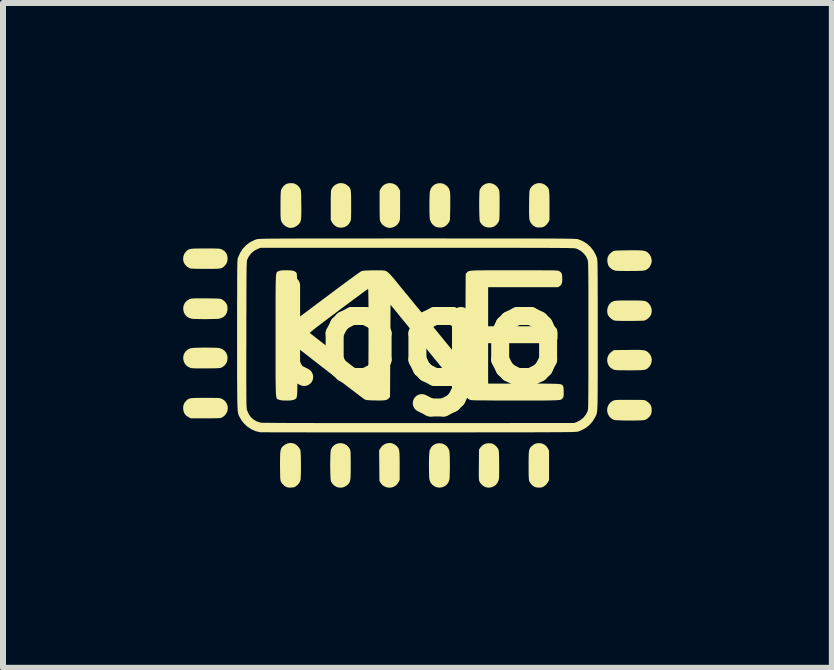
<source format=kicad_pcb>
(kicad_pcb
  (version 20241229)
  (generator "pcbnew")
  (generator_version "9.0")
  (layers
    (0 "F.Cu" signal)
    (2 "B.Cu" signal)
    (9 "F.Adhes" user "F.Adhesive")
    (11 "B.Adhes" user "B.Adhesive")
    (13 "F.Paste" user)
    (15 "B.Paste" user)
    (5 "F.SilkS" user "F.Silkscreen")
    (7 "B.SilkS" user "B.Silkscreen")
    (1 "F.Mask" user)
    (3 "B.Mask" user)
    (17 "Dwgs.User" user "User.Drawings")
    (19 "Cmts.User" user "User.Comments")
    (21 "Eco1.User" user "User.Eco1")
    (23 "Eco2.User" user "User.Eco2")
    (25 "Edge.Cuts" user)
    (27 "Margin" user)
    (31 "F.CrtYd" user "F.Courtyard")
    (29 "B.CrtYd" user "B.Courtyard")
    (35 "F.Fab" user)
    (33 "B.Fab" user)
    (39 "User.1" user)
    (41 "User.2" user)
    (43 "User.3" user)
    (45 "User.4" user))
  (footprint "logo"
    (layer "F.Cu")
    (at 3.904 2.541)
    (property "Reference" "logo" (at 0 0 0) (layer "F.SilkS") (effects (font (size 1.524 1.524) (thickness 0.3))))
    (attr board_only exclude_from_pos_files exclude_from_bom)
    (fp_poly (pts (xy -0.435 1.791) (xy -0.39 1.807) (xy -0.35 1.835) (xy -0.346 1.839) (xy -0.333 1.853) (xy -0.323 1.865) (xy -0.314 1.88) (xy -0.308 1.897) (xy -0.304 1.919) (xy -0.3 1.947) (xy -0.298 1.983) (xy -0.297 2.028) (xy -0.296 2.085) (xy -0.296 2.155) (xy -0.296 2.168) (xy -0.296 2.404) (xy -0.315 2.442) (xy -0.342 2.482) (xy -0.378 2.51) (xy -0.421 2.528) (xy -0.467 2.534) (xy -0.514 2.527) (xy -0.549 2.513) (xy -0.582 2.491) (xy -0.607 2.463) (xy -0.611 2.456) (xy -0.633 2.42) (xy -0.638 1.914) (xy -0.62 1.881) (xy -0.603 1.856) (xy -0.58 1.832) (xy -0.572 1.825) (xy -0.529 1.8) (xy -0.482 1.789)) (stroke (width 0) (type solid)) (fill yes) (layer "F.SilkS"))
    (fp_poly (pts (xy 2.073 1.797) (xy 2.116 1.816) (xy 2.151 1.846) (xy 2.174 1.882) (xy 2.193 1.918) (xy 2.193 2.404) (xy 2.174 2.442) (xy 2.146 2.481) (xy 2.108 2.512) (xy 2.079 2.526) (xy 2.048 2.532) (xy 2.01 2.532) (xy 1.973 2.527) (xy 1.951 2.519) (xy 1.92 2.499) (xy 1.891 2.47) (xy 1.869 2.437) (xy 1.86 2.416) (xy 1.857 2.397) (xy 1.855 2.364) (xy 1.853 2.317) (xy 1.852 2.254) (xy 1.852 2.178) (xy 1.852 2.161) (xy 1.852 2.091) (xy 1.853 2.033) (xy 1.854 1.987) (xy 1.856 1.951) (xy 1.859 1.922) (xy 1.864 1.9) (xy 1.871 1.883) (xy 1.879 1.868) (xy 1.89 1.855) (xy 1.898 1.846) (xy 1.937 1.814) (xy 1.98 1.796) (xy 2.022 1.791)) (stroke (width 0) (type solid)) (fill yes) (layer "F.SilkS"))
    (fp_poly (pts (xy -0.423 -2.537) (xy -0.382 -2.523) (xy -0.345 -2.499) (xy -0.316 -2.463) (xy -0.31 -2.453) (xy -0.289 -2.413) (xy -0.289 -2.169) (xy -0.289 -2.103) (xy -0.289 -2.049) (xy -0.29 -2.007) (xy -0.29 -1.974) (xy -0.291 -1.95) (xy -0.293 -1.931) (xy -0.296 -1.917) (xy -0.299 -1.907) (xy -0.303 -1.897) (xy -0.305 -1.892) (xy -0.331 -1.853) (xy -0.368 -1.822) (xy -0.411 -1.803) (xy -0.441 -1.796) (xy -0.465 -1.794) (xy -0.49 -1.798) (xy -0.511 -1.804) (xy -0.554 -1.825) (xy -0.59 -1.856) (xy -0.614 -1.892) (xy -0.618 -1.902) (xy -0.622 -1.912) (xy -0.624 -1.924) (xy -0.626 -1.941) (xy -0.628 -1.962) (xy -0.629 -1.991) (xy -0.629 -2.029) (xy -0.63 -2.077) (xy -0.63 -2.138) (xy -0.63 -2.169) (xy -0.63 -2.412) (xy -0.611 -2.45) (xy -0.584 -2.488) (xy -0.549 -2.516) (xy -0.509 -2.534) (xy -0.466 -2.541)) (stroke (width 0) (type solid)) (fill yes) (layer "F.SilkS"))
    (fp_poly (pts (xy 0.416 1.799) (xy 0.46 1.819) (xy 0.495 1.849) (xy 0.521 1.89) (xy 0.533 1.926) (xy 0.535 1.946) (xy 0.537 1.978) (xy 0.539 2.02) (xy 0.54 2.068) (xy 0.54 2.122) (xy 0.541 2.177) (xy 0.54 2.231) (xy 0.539 2.283) (xy 0.538 2.328) (xy 0.536 2.365) (xy 0.534 2.391) (xy 0.533 2.399) (xy 0.516 2.445) (xy 0.489 2.482) (xy 0.453 2.51) (xy 0.412 2.527) (xy 0.366 2.533) (xy 0.32 2.526) (xy 0.29 2.514) (xy 0.249 2.487) (xy 0.22 2.451) (xy 0.203 2.41) (xy 0.199 2.39) (xy 0.196 2.357) (xy 0.194 2.315) (xy 0.193 2.265) (xy 0.192 2.211) (xy 0.192 2.154) (xy 0.192 2.098) (xy 0.193 2.045) (xy 0.195 1.996) (xy 0.198 1.956) (xy 0.201 1.926) (xy 0.204 1.912) (xy 0.225 1.866) (xy 0.255 1.831) (xy 0.295 1.806) (xy 0.343 1.794) (xy 0.367 1.793)) (stroke (width 0) (type solid)) (fill yes) (layer "F.SilkS"))
    (fp_poly (pts (xy -1.239 -2.537) (xy -1.195 -2.522) (xy -1.157 -2.494) (xy -1.143 -2.481) (xy -1.132 -2.468) (xy -1.123 -2.455) (xy -1.116 -2.438) (xy -1.112 -2.418) (xy -1.108 -2.391) (xy -1.106 -2.357) (xy -1.105 -2.314) (xy -1.104 -2.259) (xy -1.104 -2.192) (xy -1.104 -2.172) (xy -1.104 -2.104) (xy -1.104 -2.048) (xy -1.105 -2.005) (xy -1.106 -1.971) (xy -1.107 -1.946) (xy -1.11 -1.927) (xy -1.112 -1.914) (xy -1.115 -1.906) (xy -1.141 -1.861) (xy -1.176 -1.828) (xy -1.218 -1.806) (xy -1.267 -1.798) (xy -1.309 -1.801) (xy -1.352 -1.816) (xy -1.389 -1.843) (xy -1.419 -1.879) (xy -1.425 -1.89) (xy -1.444 -1.929) (xy -1.444 -2.17) (xy -1.444 -2.237) (xy -1.444 -2.291) (xy -1.443 -2.333) (xy -1.442 -2.366) (xy -1.441 -2.39) (xy -1.439 -2.409) (xy -1.437 -2.422) (xy -1.434 -2.433) (xy -1.43 -2.441) (xy -1.404 -2.482) (xy -1.369 -2.512) (xy -1.328 -2.532) (xy -1.284 -2.541)) (stroke (width 0) (type solid)) (fill yes) (layer "F.SilkS"))
    (fp_poly (pts (xy -3.471 0.2) (xy -3.419 0.201) (xy -3.372 0.202) (xy -3.334 0.204) (xy -3.306 0.207) (xy -3.296 0.208) (xy -3.25 0.225) (xy -3.212 0.253) (xy -3.184 0.29) (xy -3.167 0.335) (xy -3.163 0.372) (xy -3.169 0.424) (xy -3.188 0.467) (xy -3.219 0.503) (xy -3.256 0.528) (xy -3.264 0.533) (xy -3.274 0.536) (xy -3.285 0.539) (xy -3.301 0.541) (xy -3.323 0.543) (xy -3.351 0.544) (xy -3.389 0.545) (xy -3.438 0.545) (xy -3.5 0.546) (xy -3.519 0.546) (xy -3.589 0.546) (xy -3.646 0.546) (xy -3.691 0.546) (xy -3.726 0.545) (xy -3.752 0.543) (xy -3.771 0.54) (xy -3.784 0.537) (xy -3.828 0.516) (xy -3.863 0.484) (xy -3.884 0.451) (xy -3.9 0.404) (xy -3.902 0.357) (xy -3.892 0.313) (xy -3.87 0.273) (xy -3.838 0.24) (xy -3.796 0.217) (xy -3.775 0.21) (xy -3.755 0.207) (xy -3.724 0.204) (xy -3.683 0.202) (xy -3.634 0.201) (xy -3.581 0.2) (xy -3.526 0.2)) (stroke (width 0) (type solid)) (fill yes) (layer "F.SilkS"))
    (fp_poly (pts (xy -3.532 1.037) (xy -3.466 1.037) (xy -3.413 1.037) (xy -3.372 1.038) (xy -3.34 1.038) (xy -3.316 1.04) (xy -3.298 1.041) (xy -3.284 1.044) (xy -3.273 1.047) (xy -3.263 1.051) (xy -3.254 1.055) (xy -3.214 1.082) (xy -3.184 1.119) (xy -3.165 1.165) (xy -3.162 1.173) (xy -3.159 1.22) (xy -3.169 1.265) (xy -3.191 1.307) (xy -3.222 1.342) (xy -3.254 1.362) (xy -3.264 1.367) (xy -3.273 1.37) (xy -3.286 1.373) (xy -3.302 1.375) (xy -3.323 1.376) (xy -3.352 1.377) (xy -3.39 1.377) (xy -3.439 1.378) (xy -3.5 1.378) (xy -3.531 1.378) (xy -3.775 1.378) (xy -3.814 1.358) (xy -3.854 1.332) (xy -3.882 1.297) (xy -3.898 1.254) (xy -3.904 1.202) (xy -3.897 1.156) (xy -3.878 1.115) (xy -3.851 1.084) (xy -3.838 1.072) (xy -3.825 1.062) (xy -3.811 1.054) (xy -3.795 1.048) (xy -3.774 1.044) (xy -3.748 1.041) (xy -3.713 1.039) (xy -3.669 1.038) (xy -3.614 1.037) (xy -3.546 1.037)) (stroke (width 0) (type solid)) (fill yes) (layer "F.SilkS"))
    (fp_poly (pts (xy 0.43 -2.53) (xy 0.451 -2.521) (xy 0.492 -2.493) (xy 0.522 -2.456) (xy 0.54 -2.409) (xy 0.541 -2.403) (xy 0.544 -2.381) (xy 0.546 -2.344) (xy 0.547 -2.294) (xy 0.547 -2.23) (xy 0.547 -2.154) (xy 0.547 -2.143) (xy 0.546 -2.08) (xy 0.545 -2.029) (xy 0.544 -1.99) (xy 0.543 -1.961) (xy 0.542 -1.939) (xy 0.539 -1.923) (xy 0.536 -1.911) (xy 0.533 -1.901) (xy 0.528 -1.892) (xy 0.501 -1.855) (xy 0.465 -1.824) (xy 0.439 -1.81) (xy 0.403 -1.801) (xy 0.362 -1.8) (xy 0.321 -1.807) (xy 0.296 -1.817) (xy 0.258 -1.845) (xy 0.229 -1.882) (xy 0.21 -1.925) (xy 0.208 -1.933) (xy 0.205 -1.955) (xy 0.203 -1.988) (xy 0.201 -2.03) (xy 0.2 -2.08) (xy 0.2 -2.133) (xy 0.2 -2.189) (xy 0.2 -2.243) (xy 0.202 -2.295) (xy 0.203 -2.34) (xy 0.205 -2.377) (xy 0.208 -2.403) (xy 0.21 -2.412) (xy 0.228 -2.458) (xy 0.257 -2.494) (xy 0.294 -2.521) (xy 0.337 -2.536) (xy 0.383 -2.54)) (stroke (width 0) (type solid)) (fill yes) (layer "F.SilkS"))
    (fp_poly (pts (xy 2.076 -2.535) (xy 2.119 -2.516) (xy 2.147 -2.494) (xy 2.161 -2.481) (xy 2.172 -2.468) (xy 2.18 -2.455) (xy 2.187 -2.439) (xy 2.192 -2.419) (xy 2.195 -2.392) (xy 2.198 -2.359) (xy 2.199 -2.316) (xy 2.2 -2.262) (xy 2.2 -2.196) (xy 2.2 -2.168) (xy 2.2 -1.924) (xy 2.18 -1.887) (xy 2.156 -1.854) (xy 2.126 -1.827) (xy 2.105 -1.814) (xy 2.085 -1.806) (xy 2.059 -1.803) (xy 2.041 -1.802) (xy 2.005 -1.802) (xy 1.978 -1.806) (xy 1.959 -1.814) (xy 1.923 -1.838) (xy 1.893 -1.871) (xy 1.872 -1.911) (xy 1.866 -1.929) (xy 1.864 -1.951) (xy 1.862 -1.987) (xy 1.86 -2.037) (xy 1.86 -2.101) (xy 1.86 -2.179) (xy 1.861 -2.193) (xy 1.861 -2.257) (xy 1.862 -2.308) (xy 1.863 -2.347) (xy 1.864 -2.378) (xy 1.866 -2.4) (xy 1.868 -2.417) (xy 1.871 -2.429) (xy 1.874 -2.439) (xy 1.879 -2.448) (xy 1.879 -2.449) (xy 1.908 -2.489) (xy 1.945 -2.518) (xy 1.987 -2.535) (xy 2.031 -2.541)) (stroke (width 0) (type solid)) (fill yes) (layer "F.SilkS"))
    (fp_poly (pts (xy -1.219 1.803) (xy -1.178 1.826) (xy -1.145 1.859) (xy -1.126 1.891) (xy -1.122 1.901) (xy -1.119 1.911) (xy -1.116 1.925) (xy -1.114 1.944) (xy -1.113 1.969) (xy -1.112 2.002) (xy -1.112 2.044) (xy -1.111 2.099) (xy -1.111 2.156) (xy -1.111 2.228) (xy -1.112 2.287) (xy -1.113 2.334) (xy -1.115 2.371) (xy -1.118 2.4) (xy -1.123 2.422) (xy -1.129 2.44) (xy -1.137 2.455) (xy -1.147 2.468) (xy -1.158 2.481) (xy -1.197 2.511) (xy -1.242 2.529) (xy -1.281 2.533) (xy -1.316 2.53) (xy -1.348 2.521) (xy -1.352 2.519) (xy -1.388 2.496) (xy -1.42 2.463) (xy -1.44 2.428) (xy -1.444 2.412) (xy -1.447 2.383) (xy -1.449 2.343) (xy -1.451 2.296) (xy -1.452 2.244) (xy -1.453 2.188) (xy -1.453 2.131) (xy -1.452 2.075) (xy -1.451 2.023) (xy -1.449 1.977) (xy -1.447 1.939) (xy -1.444 1.912) (xy -1.441 1.898) (xy -1.416 1.854) (xy -1.383 1.822) (xy -1.358 1.808) (xy -1.311 1.793) (xy -1.264 1.792)) (stroke (width 0) (type solid)) (fill yes) (layer "F.SilkS"))
    (fp_poly (pts (xy 1.244 -2.534) (xy 1.287 -2.514) (xy 1.324 -2.484) (xy 1.351 -2.445) (xy 1.363 -2.413) (xy 1.366 -2.396) (xy 1.367 -2.366) (xy 1.369 -2.322) (xy 1.369 -2.267) (xy 1.369 -2.201) (xy 1.369 -2.153) (xy 1.368 -2.088) (xy 1.368 -2.037) (xy 1.367 -1.996) (xy 1.366 -1.965) (xy 1.364 -1.942) (xy 1.362 -1.926) (xy 1.359 -1.913) (xy 1.356 -1.903) (xy 1.352 -1.894) (xy 1.351 -1.893) (xy 1.321 -1.851) (xy 1.284 -1.821) (xy 1.265 -1.812) (xy 1.227 -1.802) (xy 1.185 -1.801) (xy 1.143 -1.807) (xy 1.12 -1.816) (xy 1.082 -1.842) (xy 1.051 -1.879) (xy 1.04 -1.902) (xy 1.037 -1.915) (xy 1.035 -1.942) (xy 1.033 -1.979) (xy 1.031 -2.024) (xy 1.03 -2.074) (xy 1.029 -2.129) (xy 1.029 -2.185) (xy 1.029 -2.24) (xy 1.03 -2.292) (xy 1.031 -2.339) (xy 1.032 -2.378) (xy 1.034 -2.408) (xy 1.037 -2.425) (xy 1.037 -2.427) (xy 1.061 -2.471) (xy 1.094 -2.505) (xy 1.135 -2.529) (xy 1.181 -2.54) (xy 1.196 -2.541)) (stroke (width 0) (type solid)) (fill yes) (layer "F.SilkS"))
    (fp_poly (pts (xy 3.693 0.238) (xy 3.731 0.24) (xy 3.76 0.243) (xy 3.784 0.247) (xy 3.802 0.252) (xy 3.817 0.259) (xy 3.831 0.269) (xy 3.845 0.28) (xy 3.845 0.28) (xy 3.877 0.316) (xy 3.897 0.358) (xy 3.904 0.404) (xy 3.899 0.449) (xy 3.882 0.492) (xy 3.852 0.53) (xy 3.851 0.531) (xy 3.838 0.543) (xy 3.825 0.553) (xy 3.811 0.561) (xy 3.795 0.567) (xy 3.774 0.571) (xy 3.748 0.574) (xy 3.713 0.576) (xy 3.669 0.577) (xy 3.614 0.578) (xy 3.546 0.578) (xy 3.532 0.578) (xy 3.466 0.578) (xy 3.413 0.577) (xy 3.372 0.577) (xy 3.34 0.576) (xy 3.316 0.575) (xy 3.298 0.573) (xy 3.284 0.571) (xy 3.273 0.568) (xy 3.263 0.564) (xy 3.255 0.56) (xy 3.216 0.535) (xy 3.187 0.501) (xy 3.169 0.461) (xy 3.161 0.419) (xy 3.164 0.375) (xy 3.178 0.333) (xy 3.203 0.296) (xy 3.238 0.265) (xy 3.241 0.263) (xy 3.277 0.241) (xy 3.514 0.239) (xy 3.586 0.238) (xy 3.645 0.238)) (stroke (width 0) (type solid)) (fill yes) (layer "F.SilkS"))
    (fp_poly (pts (xy -3.515 -0.621) (xy -3.45 -0.62) (xy -3.399 -0.619) (xy -3.358 -0.619) (xy -3.328 -0.617) (xy -3.305 -0.616) (xy -3.288 -0.614) (xy -3.276 -0.611) (xy -3.266 -0.608) (xy -3.257 -0.603) (xy -3.255 -0.602) (xy -3.219 -0.577) (xy -3.19 -0.545) (xy -3.171 -0.51) (xy -3.17 -0.507) (xy -3.166 -0.485) (xy -3.164 -0.455) (xy -3.164 -0.433) (xy -3.174 -0.385) (xy -3.196 -0.344) (xy -3.229 -0.312) (xy -3.273 -0.29) (xy -3.303 -0.282) (xy -3.321 -0.28) (xy -3.352 -0.278) (xy -3.392 -0.277) (xy -3.44 -0.276) (xy -3.492 -0.275) (xy -3.545 -0.275) (xy -3.599 -0.275) (xy -3.648 -0.276) (xy -3.693 -0.277) (xy -3.728 -0.278) (xy -3.753 -0.28) (xy -3.759 -0.281) (xy -3.806 -0.295) (xy -3.844 -0.319) (xy -3.872 -0.351) (xy -3.891 -0.388) (xy -3.901 -0.428) (xy -3.901 -0.469) (xy -3.892 -0.51) (xy -3.873 -0.547) (xy -3.844 -0.579) (xy -3.805 -0.604) (xy -3.776 -0.614) (xy -3.76 -0.617) (xy -3.734 -0.619) (xy -3.696 -0.621) (xy -3.646 -0.621) (xy -3.583 -0.621)) (stroke (width 0) (type solid)) (fill yes) (layer "F.SilkS"))
    (fp_poly (pts (xy 1.233 1.797) (xy 1.248 1.8) (xy 1.283 1.818) (xy 1.316 1.847) (xy 1.342 1.882) (xy 1.343 1.884) (xy 1.348 1.894) (xy 1.351 1.903) (xy 1.354 1.915) (xy 1.356 1.931) (xy 1.358 1.953) (xy 1.359 1.982) (xy 1.36 2.02) (xy 1.361 2.069) (xy 1.361 2.132) (xy 1.362 2.143) (xy 1.362 2.21) (xy 1.362 2.264) (xy 1.362 2.307) (xy 1.361 2.34) (xy 1.36 2.366) (xy 1.357 2.385) (xy 1.355 2.401) (xy 1.352 2.412) (xy 1.332 2.455) (xy 1.303 2.49) (xy 1.265 2.515) (xy 1.222 2.53) (xy 1.177 2.533) (xy 1.132 2.524) (xy 1.122 2.519) (xy 1.08 2.493) (xy 1.048 2.456) (xy 1.037 2.438) (xy 1.033 2.429) (xy 1.03 2.42) (xy 1.027 2.409) (xy 1.025 2.394) (xy 1.024 2.374) (xy 1.023 2.348) (xy 1.023 2.312) (xy 1.023 2.267) (xy 1.023 2.21) (xy 1.024 2.153) (xy 1.026 1.899) (xy 1.046 1.868) (xy 1.079 1.831) (xy 1.118 1.806) (xy 1.164 1.795) (xy 1.174 1.794) (xy 1.204 1.794)) (stroke (width 0) (type solid)) (fill yes) (layer "F.SilkS"))
    (fp_poly (pts (xy -2.067 1.795) (xy -2.04 1.806) (xy -2.006 1.829) (xy -1.976 1.861) (xy -1.955 1.896) (xy -1.949 1.915) (xy -1.947 1.932) (xy -1.945 1.961) (xy -1.943 2) (xy -1.942 2.047) (xy -1.941 2.099) (xy -1.941 2.153) (xy -1.941 2.208) (xy -1.941 2.261) (xy -1.942 2.309) (xy -1.944 2.351) (xy -1.945 2.383) (xy -1.947 2.404) (xy -1.948 2.408) (xy -1.968 2.453) (xy -2.001 2.491) (xy -2.021 2.507) (xy -2.041 2.52) (xy -2.06 2.527) (xy -2.085 2.53) (xy -2.106 2.532) (xy -2.142 2.532) (xy -2.169 2.527) (xy -2.189 2.52) (xy -2.22 2.499) (xy -2.249 2.47) (xy -2.272 2.437) (xy -2.28 2.416) (xy -2.283 2.397) (xy -2.286 2.364) (xy -2.287 2.317) (xy -2.288 2.254) (xy -2.289 2.178) (xy -2.289 2.162) (xy -2.289 2.091) (xy -2.288 2.033) (xy -2.287 1.986) (xy -2.285 1.949) (xy -2.281 1.921) (xy -2.276 1.898) (xy -2.269 1.88) (xy -2.261 1.865) (xy -2.25 1.852) (xy -2.241 1.843) (xy -2.203 1.813) (xy -2.159 1.795) (xy -2.113 1.788)) (stroke (width 0) (type solid)) (fill yes) (layer "F.SilkS"))
    (fp_poly (pts (xy 3.601 1.07) (xy 3.655 1.071) (xy 3.697 1.071) (xy 3.73 1.072) (xy 3.755 1.073) (xy 3.773 1.074) (xy 3.787 1.077) (xy 3.797 1.08) (xy 3.805 1.083) (xy 3.812 1.087) (xy 3.849 1.114) (xy 3.88 1.149) (xy 3.894 1.176) (xy 3.901 1.207) (xy 3.903 1.245) (xy 3.899 1.284) (xy 3.89 1.315) (xy 3.87 1.346) (xy 3.84 1.375) (xy 3.807 1.398) (xy 3.786 1.406) (xy 3.769 1.409) (xy 3.739 1.411) (xy 3.699 1.413) (xy 3.652 1.414) (xy 3.599 1.415) (xy 3.544 1.415) (xy 3.488 1.415) (xy 3.433 1.414) (xy 3.383 1.412) (xy 3.339 1.41) (xy 3.303 1.408) (xy 3.279 1.405) (xy 3.271 1.403) (xy 3.229 1.38) (xy 3.196 1.347) (xy 3.173 1.306) (xy 3.161 1.259) (xy 3.16 1.241) (xy 3.167 1.191) (xy 3.187 1.147) (xy 3.22 1.11) (xy 3.256 1.086) (xy 3.264 1.082) (xy 3.273 1.079) (xy 3.284 1.076) (xy 3.299 1.074) (xy 3.319 1.072) (xy 3.346 1.071) (xy 3.382 1.071) (xy 3.428 1.07) (xy 3.486 1.07) (xy 3.533 1.07)) (stroke (width 0) (type solid)) (fill yes) (layer "F.SilkS"))
    (fp_poly (pts (xy -2.065 -2.537) (xy -2.039 -2.529) (xy -1.999 -2.505) (xy -1.965 -2.468) (xy -1.953 -2.448) (xy -1.949 -2.439) (xy -1.945 -2.43) (xy -1.942 -2.418) (xy -1.94 -2.402) (xy -1.938 -2.38) (xy -1.937 -2.351) (xy -1.936 -2.313) (xy -1.936 -2.263) (xy -1.935 -2.201) (xy -1.935 -2.187) (xy -1.934 -2.113) (xy -1.934 -2.053) (xy -1.935 -2.004) (xy -1.937 -1.965) (xy -1.94 -1.934) (xy -1.945 -1.91) (xy -1.952 -1.891) (xy -1.961 -1.875) (xy -1.973 -1.861) (xy -1.987 -1.847) (xy -1.992 -1.842) (xy -2.034 -1.813) (xy -2.078 -1.797) (xy -2.123 -1.794) (xy -2.148 -1.8) (xy -2.194 -1.82) (xy -2.232 -1.851) (xy -2.26 -1.888) (xy -2.27 -1.91) (xy -2.273 -1.922) (xy -2.276 -1.939) (xy -2.278 -1.96) (xy -2.28 -1.989) (xy -2.281 -2.028) (xy -2.281 -2.077) (xy -2.281 -2.138) (xy -2.281 -2.164) (xy -2.281 -2.234) (xy -2.28 -2.295) (xy -2.279 -2.345) (xy -2.277 -2.384) (xy -2.275 -2.41) (xy -2.273 -2.419) (xy -2.258 -2.453) (xy -2.234 -2.487) (xy -2.203 -2.515) (xy -2.182 -2.527) (xy -2.147 -2.537) (xy -2.106 -2.54)) (stroke (width 0) (type solid)) (fill yes) (layer "F.SilkS"))
    (fp_poly (pts (xy -3.532 -1.452) (xy -3.466 -1.452) (xy -3.413 -1.452) (xy -3.372 -1.451) (xy -3.34 -1.45) (xy -3.316 -1.449) (xy -3.298 -1.447) (xy -3.284 -1.445) (xy -3.273 -1.442) (xy -3.263 -1.438) (xy -3.255 -1.434) (xy -3.213 -1.408) (xy -3.184 -1.372) (xy -3.167 -1.329) (xy -3.162 -1.281) (xy -3.168 -1.233) (xy -3.188 -1.191) (xy -3.216 -1.158) (xy -3.229 -1.146) (xy -3.242 -1.136) (xy -3.256 -1.128) (xy -3.272 -1.122) (xy -3.293 -1.118) (xy -3.32 -1.115) (xy -3.355 -1.113) (xy -3.399 -1.112) (xy -3.455 -1.112) (xy -3.523 -1.112) (xy -3.531 -1.112) (xy -3.607 -1.112) (xy -3.669 -1.113) (xy -3.718 -1.114) (xy -3.754 -1.116) (xy -3.779 -1.118) (xy -3.792 -1.121) (xy -3.812 -1.132) (xy -3.836 -1.147) (xy -3.846 -1.155) (xy -3.877 -1.19) (xy -3.897 -1.232) (xy -3.904 -1.276) (xy -3.899 -1.321) (xy -3.883 -1.364) (xy -3.854 -1.402) (xy -3.851 -1.405) (xy -3.838 -1.417) (xy -3.825 -1.427) (xy -3.811 -1.435) (xy -3.795 -1.441) (xy -3.774 -1.445) (xy -3.748 -1.448) (xy -3.713 -1.45) (xy -3.669 -1.451) (xy -3.614 -1.452) (xy -3.546 -1.452)) (stroke (width 0) (type solid)) (fill yes) (layer "F.SilkS"))
    (fp_poly (pts (xy 3.64 -1.422) (xy 3.688 -1.421) (xy 3.726 -1.419) (xy 3.757 -1.416) (xy 3.781 -1.411) (xy 3.801 -1.405) (xy 3.817 -1.397) (xy 3.833 -1.387) (xy 3.835 -1.385) (xy 3.865 -1.356) (xy 3.888 -1.317) (xy 3.901 -1.274) (xy 3.904 -1.248) (xy 3.898 -1.209) (xy 3.883 -1.17) (xy 3.862 -1.136) (xy 3.842 -1.117) (xy 3.827 -1.106) (xy 3.814 -1.098) (xy 3.8 -1.091) (xy 3.784 -1.086) (xy 3.763 -1.083) (xy 3.737 -1.08) (xy 3.702 -1.079) (xy 3.658 -1.078) (xy 3.602 -1.077) (xy 3.552 -1.077) (xy 3.494 -1.076) (xy 3.44 -1.077) (xy 3.391 -1.077) (xy 3.35 -1.078) (xy 3.319 -1.08) (xy 3.3 -1.081) (xy 3.297 -1.082) (xy 3.252 -1.098) (xy 3.213 -1.127) (xy 3.187 -1.156) (xy 3.173 -1.189) (xy 3.164 -1.23) (xy 3.164 -1.272) (xy 3.17 -1.307) (xy 3.188 -1.342) (xy 3.217 -1.375) (xy 3.252 -1.401) (xy 3.255 -1.402) (xy 3.264 -1.407) (xy 3.274 -1.411) (xy 3.286 -1.413) (xy 3.302 -1.416) (xy 3.324 -1.417) (xy 3.354 -1.419) (xy 3.393 -1.419) (xy 3.443 -1.42) (xy 3.507 -1.421) (xy 3.507 -1.421) (xy 3.58 -1.422)) (stroke (width 0) (type solid)) (fill yes) (layer "F.SilkS"))
    (fp_poly (pts (xy 3.604 -0.585) (xy 3.661 -0.585) (xy 3.707 -0.584) (xy 3.743 -0.582) (xy 3.771 -0.579) (xy 3.792 -0.575) (xy 3.809 -0.569) (xy 3.823 -0.562) (xy 3.836 -0.552) (xy 3.849 -0.54) (xy 3.851 -0.539) (xy 3.88 -0.501) (xy 3.898 -0.457) (xy 3.904 -0.41) (xy 3.897 -0.364) (xy 3.89 -0.344) (xy 3.871 -0.315) (xy 3.845 -0.288) (xy 3.814 -0.265) (xy 3.786 -0.252) (xy 3.771 -0.25) (xy 3.744 -0.248) (xy 3.706 -0.247) (xy 3.659 -0.246) (xy 3.605 -0.245) (xy 3.545 -0.245) (xy 3.526 -0.245) (xy 3.46 -0.245) (xy 3.407 -0.245) (xy 3.366 -0.246) (xy 3.334 -0.247) (xy 3.31 -0.248) (xy 3.292 -0.25) (xy 3.279 -0.252) (xy 3.269 -0.256) (xy 3.263 -0.258) (xy 3.229 -0.28) (xy 3.198 -0.309) (xy 3.175 -0.341) (xy 3.172 -0.348) (xy 3.162 -0.388) (xy 3.162 -0.432) (xy 3.172 -0.475) (xy 3.19 -0.513) (xy 3.215 -0.542) (xy 3.218 -0.544) (xy 3.232 -0.555) (xy 3.246 -0.564) (xy 3.261 -0.571) (xy 3.278 -0.576) (xy 3.299 -0.58) (xy 3.326 -0.582) (xy 3.362 -0.584) (xy 3.406 -0.585) (xy 3.462 -0.585) (xy 3.531 -0.585) (xy 3.533 -0.585)) (stroke (width 0) (type solid)) (fill yes) (layer "F.SilkS"))
    (fp_poly (pts (xy 0.235 -1.619) (xy 0.455 -1.619) (xy 0.662 -1.618) (xy 0.855 -1.618) (xy 1.035 -1.618) (xy 1.203 -1.618) (xy 1.359 -1.618) (xy 1.503 -1.618) (xy 1.635 -1.618) (xy 1.758 -1.618) (xy 1.87 -1.618) (xy 1.972 -1.618) (xy 2.065 -1.617) (xy 2.149 -1.617) (xy 2.225 -1.617) (xy 2.293 -1.617) (xy 2.353 -1.616) (xy 2.407 -1.616) (xy 2.454 -1.615) (xy 2.495 -1.615) (xy 2.53 -1.614) (xy 2.56 -1.614) (xy 2.586 -1.613) (xy 2.607 -1.612) (xy 2.624 -1.611) (xy 2.638 -1.611) (xy 2.65 -1.61) (xy 2.659 -1.609) (xy 2.666 -1.608) (xy 2.671 -1.607) (xy 2.676 -1.605) (xy 2.678 -1.605) (xy 2.756 -1.574) (xy 2.825 -1.531) (xy 2.885 -1.476) (xy 2.935 -1.412) (xy 2.975 -1.336) (xy 2.99 -1.296) (xy 2.992 -1.291) (xy 2.993 -1.284) (xy 2.995 -1.276) (xy 2.996 -1.266) (xy 2.997 -1.253) (xy 2.998 -1.237) (xy 2.999 -1.216) (xy 3 -1.191) (xy 3.001 -1.159) (xy 3.001 -1.122) (xy 3.002 -1.078) (xy 3.002 -1.026) (xy 3.003 -0.966) (xy 3.003 -0.896) (xy 3.003 -0.818) (xy 3.003 -0.728) (xy 3.004 -0.628) (xy 3.004 -0.516) (xy 3.004 -0.392) (xy 3.004 -0.255) (xy 3.004 -0.104) (xy 3.004 -0.007) (xy 3.004 0.154) (xy 3.004 0.301) (xy 3.004 0.435) (xy 3.004 0.556) (xy 3.004 0.665) (xy 3.003 0.762) (xy 3.003 0.849) (xy 3.003 0.926) (xy 3.002 0.994) (xy 3.002 1.053) (xy 3.001 1.104) (xy 3 1.147) (xy 2.998 1.185) (xy 2.997 1.216) (xy 2.995 1.242) (xy 2.993 1.264) (xy 2.99 1.281) (xy 2.987 1.296) (xy 2.984 1.308) (xy 2.981 1.319) (xy 2.977 1.328) (xy 2.972 1.337) (xy 2.967 1.346) (xy 2.962 1.357) (xy 2.961 1.359) (xy 2.918 1.43) (xy 2.865 1.49) (xy 2.802 1.54) (xy 2.727 1.58) (xy 2.681 1.597) (xy 2.678 1.599) (xy 2.673 1.6) (xy 2.667 1.601) (xy 2.659 1.602) (xy 2.649 1.603) (xy 2.637 1.604) (xy 2.622 1.604) (xy 2.603 1.605) (xy 2.58 1.606) (xy 2.553 1.607) (xy 2.52 1.607) (xy 2.483 1.608) (xy 2.439 1.608) (xy 2.39 1.609) (xy 2.333 1.609) (xy 2.269 1.609) (xy 2.198 1.61) (xy 2.119 1.61) (xy 2.031 1.61) (xy 1.933 1.611) (xy 1.827 1.611) (xy 1.71 1.611) (xy 1.583 1.611) (xy 1.445 1.611) (xy 1.296 1.611) (xy 1.135 1.611) (xy 0.961 1.612) (xy 0.775 1.612) (xy 0.575 1.612) (xy 0.362 1.612) (xy 0.135 1.612) (xy 0.022 1.612) (xy -0.174 1.612) (xy -0.367 1.612) (xy -0.555 1.612) (xy -0.739 1.612) (xy -0.917 1.612) (xy -1.089 1.612) (xy -1.255 1.612) (xy -1.414 1.612) (xy -1.566 1.612) (xy -1.71 1.612) (xy -1.845 1.612) (xy -1.971 1.611) (xy -2.088 1.611) (xy -2.194 1.611) (xy -2.29 1.611) (xy -2.375 1.611) (xy -2.448 1.611) (xy -2.509 1.61) (xy -2.557 1.61) (xy -2.591 1.61) (xy -2.612 1.61) (xy -2.619 1.61) (xy -2.692 1.593) (xy -2.763 1.562) (xy -2.828 1.52) (xy -2.885 1.469) (xy -2.933 1.409) (xy -2.953 1.373) (xy -2.959 1.361) (xy -2.965 1.351) (xy -2.971 1.341) (xy -2.975 1.331) (xy -2.98 1.321) (xy -2.983 1.309) (xy -2.987 1.295) (xy -2.99 1.279) (xy -2.993 1.259) (xy -2.995 1.235) (xy -2.997 1.206) (xy -2.998 1.172) (xy -3 1.132) (xy -3.001 1.085) (xy -3.002 1.03) (xy -3.002 0.967) (xy -3.003 0.895) (xy -3.003 0.814) (xy -3.004 0.722) (xy -3.004 0.635) (xy -2.851 0.635) (xy -2.851 0.73) (xy -2.851 0.814) (xy -2.85 0.887) (xy -2.85 0.952) (xy -2.85 1.008) (xy -2.849 1.055) (xy -2.849 1.096) (xy -2.848 1.129) (xy -2.847 1.157) (xy -2.846 1.18) (xy -2.845 1.197) (xy -2.844 1.211) (xy -2.843 1.222) (xy -2.841 1.23) (xy -2.841 1.233) (xy -2.817 1.295) (xy -2.783 1.349) (xy -2.737 1.393) (xy -2.682 1.427) (xy -2.619 1.448) (xy -2.615 1.449) (xy -2.608 1.45) (xy -2.594 1.451) (xy -2.573 1.452) (xy -2.545 1.452) (xy -2.51 1.453) (xy -2.466 1.453) (xy -2.414 1.454) (xy -2.353 1.454) (xy -2.283 1.455) (xy -2.204 1.455) (xy -2.115 1.456) (xy -2.015 1.456) (xy -1.905 1.456) (xy -1.784 1.456) (xy -1.652 1.457) (xy -1.508 1.457) (xy -1.352 1.457) (xy -1.184 1.457) (xy -1.003 1.457) (xy -0.808 1.457) (xy -0.601 1.457) (xy -0.379 1.457) (xy -0.143 1.457) (xy 0.019 1.457) (xy 2.611 1.456) (xy 2.654 1.439) (xy 2.714 1.409) (xy 2.765 1.367) (xy 2.807 1.315) (xy 2.835 1.259) (xy 2.837 1.254) (xy 2.838 1.248) (xy 2.84 1.24) (xy 2.841 1.23) (xy 2.842 1.216) (xy 2.843 1.198) (xy 2.844 1.176) (xy 2.845 1.148) (xy 2.845 1.115) (xy 2.846 1.074) (xy 2.846 1.027) (xy 2.847 0.971) (xy 2.847 0.907) (xy 2.847 0.833) (xy 2.848 0.749) (xy 2.848 0.654) (xy 2.848 0.548) (xy 2.848 0.43) (xy 2.848 0.3) (xy 2.848 0.155) (xy 2.848 0) (xy 2.848 -0.158) (xy 2.848 -0.302) (xy 2.848 -0.433) (xy 2.848 -0.551) (xy 2.848 -0.656) (xy 2.848 -0.751) (xy 2.848 -0.834) (xy 2.847 -0.908) (xy 2.847 -0.972) (xy 2.846 -1.028) (xy 2.846 -1.076) (xy 2.845 -1.116) (xy 2.845 -1.15) (xy 2.844 -1.177) (xy 2.843 -1.2) (xy 2.842 -1.218) (xy 2.841 -1.232) (xy 2.84 -1.243) (xy 2.838 -1.252) (xy 2.837 -1.258) (xy 2.835 -1.264) (xy 2.835 -1.264) (xy 2.808 -1.321) (xy 2.768 -1.371) (xy 2.72 -1.412) (xy 2.664 -1.442) (xy 2.644 -1.45) (xy 2.64 -1.451) (xy 2.635 -1.452) (xy 2.629 -1.453) (xy 2.621 -1.454) (xy 2.61 -1.455) (xy 2.597 -1.456) (xy 2.58 -1.456) (xy 2.56 -1.457) (xy 2.536 -1.458) (xy 2.507 -1.459) (xy 2.473 -1.459) (xy 2.433 -1.46) (xy 2.388 -1.46) (xy 2.336 -1.461) (xy 2.277 -1.461) (xy 2.21 -1.461) (xy 2.136 -1.462) (xy 2.054 -1.462) (xy 1.962 -1.462) (xy 1.862 -1.462) (xy 1.752 -1.462) (xy 1.631 -1.463) (xy 1.5 -1.463) (xy 1.358 -1.463) (xy 1.204 -1.463) (xy 1.039 -1.463) (xy 0.861 -1.463) (xy 0.67 -1.463) (xy 0.465 -1.463) (xy 0.247 -1.463) (xy 0.014 -1.463) (xy -2.611 -1.463) (xy -2.654 -1.447) (xy -2.714 -1.417) (xy -2.765 -1.375) (xy -2.807 -1.322) (xy -2.835 -1.267) (xy -2.837 -1.262) (xy -2.838 -1.256) (xy -2.84 -1.247) (xy -2.841 -1.237) (xy -2.842 -1.223) (xy -2.843 -1.205) (xy -2.844 -1.182) (xy -2.845 -1.154) (xy -2.846 -1.12) (xy -2.846 -1.079) (xy -2.847 -1.03) (xy -2.847 -0.974) (xy -2.848 -0.909) (xy -2.848 -0.834) (xy -2.849 -0.749) (xy -2.849 -0.653) (xy -2.849 -0.546) (xy -2.849 -0.427) (xy -2.85 -0.294) (xy -2.85 -0.148) (xy -2.85 -0.023) (xy -2.85 0.136) (xy -2.851 0.28) (xy -2.851 0.411) (xy -2.851 0.529) (xy -2.851 0.635) (xy -3.004 0.635) (xy -3.004 0.62) (xy -3.004 0.505) (xy -3.004 0.379) (xy -3.004 0.239) (xy -3.004 0.086) (xy -3.004 -0.007) (xy -3.004 -0.167) (xy -3.004 -0.312) (xy -3.004 -0.444) (xy -3.004 -0.563) (xy -3.003 -0.67) (xy -3.003 -0.766) (xy -3.003 -0.851) (xy -3.003 -0.926) (xy -3.003 -0.991) (xy -3.002 -1.048) (xy -3.002 -1.097) (xy -3.001 -1.138) (xy -3 -1.173) (xy -3 -1.202) (xy -2.999 -1.225) (xy -2.998 -1.244) (xy -2.997 -1.259) (xy -2.995 -1.271) (xy -2.994 -1.28) (xy -2.993 -1.287) (xy -2.991 -1.293) (xy -2.99 -1.296) (xy -2.955 -1.376) (xy -2.911 -1.446) (xy -2.855 -1.506) (xy -2.791 -1.554) (xy -2.717 -1.591) (xy -2.678 -1.605) (xy -2.673 -1.606) (xy -2.668 -1.607) (xy -2.662 -1.608) (xy -2.654 -1.609) (xy -2.643 -1.61) (xy -2.631 -1.611) (xy -2.614 -1.612) (xy -2.595 -1.613) (xy -2.571 -1.613) (xy -2.543 -1.614) (xy -2.51 -1.615) (xy -2.471 -1.615) (xy -2.427 -1.616) (xy -2.376 -1.616) (xy -2.319 -1.616) (xy -2.254 -1.617) (xy -2.182 -1.617) (xy -2.101 -1.617) (xy -2.012 -1.618) (xy -1.913 -1.618) (xy -1.805 -1.618) (xy -1.687 -1.618) (xy -1.559 -1.618) (xy -1.42 -1.618) (xy -1.269 -1.618) (xy -1.106 -1.618) (xy -0.931 -1.618) (xy -0.743 -1.618) (xy -0.542 -1.619) (xy -0.328 -1.619) (xy -0.099 -1.619) (xy 0 -1.619)) (stroke (width 0) (type solid)) (fill yes) (layer "F.SilkS"))
    (fp_poly (pts (xy 1.588 -1.089) (xy 1.612 -1.089) (xy 1.731 -1.089) (xy 1.837 -1.089) (xy 1.929 -1.089) (xy 2.01 -1.089) (xy 2.079 -1.088) (xy 2.138 -1.088) (xy 2.188 -1.088) (xy 2.229 -1.087) (xy 2.262 -1.087) (xy 2.289 -1.086) (xy 2.31 -1.085) (xy 2.325 -1.083) (xy 2.337 -1.082) (xy 2.346 -1.08) (xy 2.353 -1.078) (xy 2.358 -1.076) (xy 2.362 -1.074) (xy 2.384 -1.059) (xy 2.398 -1.043) (xy 2.407 -1.021) (xy 2.411 -0.991) (xy 2.413 -0.963) (xy 2.413 -0.914) (xy 2.408 -0.877) (xy 2.396 -0.849) (xy 2.377 -0.829) (xy 2.371 -0.824) (xy 2.346 -0.807) (xy 1.178 -0.807) (xy 1.178 -0.156) (xy 1.719 -0.156) (xy 1.823 -0.156) (xy 1.913 -0.155) (xy 1.99 -0.155) (xy 2.055 -0.155) (xy 2.109 -0.155) (xy 2.154 -0.154) (xy 2.191 -0.153) (xy 2.219 -0.152) (xy 2.242 -0.151) (xy 2.258 -0.15) (xy 2.27 -0.148) (xy 2.279 -0.146) (xy 2.285 -0.144) (xy 2.286 -0.143) (xy 2.305 -0.132) (xy 2.319 -0.116) (xy 2.327 -0.094) (xy 2.332 -0.063) (xy 2.333 -0.021) (xy 2.333 -0.012) (xy 2.333 0.023) (xy 2.332 0.048) (xy 2.329 0.064) (xy 2.323 0.077) (xy 2.317 0.085) (xy 2.311 0.093) (xy 2.306 0.099) (xy 2.299 0.105) (xy 2.29 0.11) (xy 2.279 0.114) (xy 2.263 0.117) (xy 2.242 0.12) (xy 2.216 0.122) (xy 2.182 0.123) (xy 2.14 0.124) (xy 2.09 0.125) (xy 2.029 0.126) (xy 1.956 0.126) (xy 1.872 0.126) (xy 1.774 0.126) (xy 1.715 0.126) (xy 1.178 0.126) (xy 1.178 0.8) (xy 1.774 0.8) (xy 1.885 0.8) (xy 1.982 0.8) (xy 2.065 0.8) (xy 2.137 0.8) (xy 2.198 0.801) (xy 2.249 0.802) (xy 2.291 0.803) (xy 2.325 0.804) (xy 2.352 0.806) (xy 2.372 0.808) (xy 2.388 0.811) (xy 2.399 0.815) (xy 2.408 0.819) (xy 2.414 0.824) (xy 2.418 0.83) (xy 2.423 0.837) (xy 2.425 0.84) (xy 2.431 0.853) (xy 2.434 0.871) (xy 2.436 0.899) (xy 2.437 0.938) (xy 2.437 0.939) (xy 2.437 0.976) (xy 2.435 1.001) (xy 2.433 1.018) (xy 2.428 1.031) (xy 2.421 1.041) (xy 2.416 1.047) (xy 2.411 1.053) (xy 2.406 1.058) (xy 2.399 1.063) (xy 2.39 1.067) (xy 2.377 1.07) (xy 2.36 1.073) (xy 2.339 1.075) (xy 2.311 1.077) (xy 2.277 1.078) (xy 2.235 1.079) (xy 2.185 1.08) (xy 2.125 1.081) (xy 2.054 1.081) (xy 1.973 1.081) (xy 1.88 1.081) (xy 1.773 1.081) (xy 1.653 1.081) (xy 1.635 1.081) (xy 1.497 1.081) (xy 1.372 1.081) (xy 1.263 1.081) (xy 1.167 1.08) (xy 1.086 1.079) (xy 1.019 1.079) (xy 0.965 1.078) (xy 0.925 1.076) (xy 0.899 1.075) (xy 0.886 1.074) (xy 0.886 1.073) (xy 0.869 1.067) (xy 0.851 1.056) (xy 0.831 1.04) (xy 0.807 1.016) (xy 0.778 0.985) (xy 0.742 0.943) (xy 0.7 0.892) (xy 0.698 0.89) (xy 0.674 0.86) (xy 0.641 0.821) (xy 0.601 0.772) (xy 0.555 0.715) (xy 0.502 0.651) (xy 0.446 0.581) (xy 0.385 0.507) (xy 0.322 0.43) (xy 0.257 0.35) (xy 0.191 0.27) (xy 0.126 0.189) (xy 0.061 0.11) (xy -0.002 0.033) (xy -0.061 -0.04) (xy -0.117 -0.108) (xy -0.168 -0.171) (xy -0.213 -0.226) (xy -0.225 -0.241) (xy -0.265 -0.289) (xy -0.303 -0.336) (xy -0.337 -0.379) (xy -0.368 -0.416) (xy -0.393 -0.446) (xy -0.41 -0.468) (xy -0.418 -0.477) (xy -0.448 -0.514) (xy -0.452 0.254) (xy -0.456 1.021) (xy -0.477 1.044) (xy -0.491 1.057) (xy -0.505 1.066) (xy -0.523 1.073) (xy -0.546 1.077) (xy -0.577 1.08) (xy -0.617 1.081) (xy -0.669 1.081) (xy -0.7 1.08) (xy -0.755 1.079) (xy -0.797 1.077) (xy -0.828 1.075) (xy -0.851 1.072) (xy -0.867 1.068) (xy -0.875 1.065) (xy -0.885 1.059) (xy -0.904 1.045) (xy -0.934 1.023) (xy -0.973 0.994) (xy -1.019 0.959) (xy -1.072 0.918) (xy -1.132 0.873) (xy -1.196 0.824) (xy -1.265 0.771) (xy -1.337 0.715) (xy -1.412 0.658) (xy -1.487 0.6) (xy -1.563 0.541) (xy -1.639 0.483) (xy -1.713 0.425) (xy -1.784 0.369) (xy -1.853 0.316) (xy -1.917 0.266) (xy -1.945 0.243) (xy -1.968 0.226) (xy -1.985 0.214) (xy -1.995 0.208) (xy -1.995 0.207) (xy -1.996 0.215) (xy -1.997 0.235) (xy -1.998 0.268) (xy -1.999 0.312) (xy -1.999 0.364) (xy -2 0.426) (xy -2 0.493) (xy -2 0.566) (xy -2 0.608) (xy -2 0.699) (xy -2 0.776) (xy -2 0.841) (xy -2.001 0.895) (xy -2.002 0.938) (xy -2.004 0.973) (xy -2.006 1) (xy -2.01 1.02) (xy -2.014 1.035) (xy -2.02 1.045) (xy -2.027 1.053) (xy -2.035 1.058) (xy -2.045 1.063) (xy -2.054 1.067) (xy -2.08 1.075) (xy -2.116 1.08) (xy -2.158 1.082) (xy -2.203 1.082) (xy -2.246 1.08) (xy -2.282 1.075) (xy -2.308 1.068) (xy -2.308 1.067) (xy -2.316 1.064) (xy -2.323 1.062) (xy -2.329 1.06) (xy -2.334 1.057) (xy -2.339 1.053) (xy -2.344 1.047) (xy -2.347 1.038) (xy -2.351 1.025) (xy -2.353 1.008) (xy -2.356 0.986) (xy -2.358 0.958) (xy -2.359 0.924) (xy -2.36 0.883) (xy -2.361 0.833) (xy -2.362 0.775) (xy -2.363 0.708) (xy -2.363 0.63) (xy -2.363 0.542) (xy -2.363 0.442) (xy -2.363 0.33) (xy -2.363 0.205) (xy -2.363 0.066) (xy -2.363 -0.004) (xy -2.363 -0.043) (xy -1.792 -0.043) (xy -1.791 -0.042) (xy -1.781 -0.034) (xy -1.76 -0.018) (xy -1.728 0.007) (xy -1.686 0.04) (xy -1.634 0.08) (xy -1.573 0.128) (xy -1.502 0.182) (xy -1.424 0.243) (xy -1.337 0.311) (xy -1.243 0.384) (xy -1.146 0.46) (xy -1.086 0.507) (xy -1.029 0.55) (xy -0.977 0.59) (xy -0.931 0.625) (xy -0.891 0.655) (xy -0.859 0.679) (xy -0.836 0.696) (xy -0.823 0.705) (xy -0.821 0.706) (xy -0.82 0.698) (xy -0.819 0.677) (xy -0.818 0.643) (xy -0.818 0.596) (xy -0.817 0.539) (xy -0.817 0.473) (xy -0.816 0.397) (xy -0.816 0.314) (xy -0.815 0.223) (xy -0.815 0.127) (xy -0.815 0.026) (xy -0.815 -0.037) (xy -0.815 -0.169) (xy -0.815 -0.289) (xy -0.815 -0.397) (xy -0.816 -0.491) (xy -0.816 -0.573) (xy -0.817 -0.642) (xy -0.818 -0.696) (xy -0.819 -0.738) (xy -0.82 -0.764) (xy -0.821 -0.777) (xy -0.822 -0.778) (xy -0.829 -0.773) (xy -0.847 -0.761) (xy -0.875 -0.741) (xy -0.912 -0.714) (xy -0.957 -0.68) (xy -1.01 -0.641) (xy -1.069 -0.598) (xy -1.134 -0.549) (xy -1.204 -0.498) (xy -1.277 -0.443) (xy -1.316 -0.414) (xy -1.405 -0.347) (xy -1.484 -0.288) (xy -1.551 -0.237) (xy -1.609 -0.193) (xy -1.658 -0.156) (xy -1.697 -0.126) (xy -1.729 -0.1) (xy -1.754 -0.081) (xy -1.772 -0.065) (xy -1.784 -0.054) (xy -1.79 -0.047) (xy -1.792 -0.043) (xy -2.363 -0.043) (xy -2.363 -0.149) (xy -2.363 -0.281) (xy -2.363 -0.399) (xy -2.363 -0.505) (xy -2.363 -0.598) (xy -2.363 -0.681) (xy -2.362 -0.753) (xy -2.362 -0.815) (xy -2.361 -0.868) (xy -2.36 -0.913) (xy -2.358 -0.951) (xy -2.357 -0.981) (xy -2.355 -1.006) (xy -2.352 -1.025) (xy -2.349 -1.04) (xy -2.345 -1.05) (xy -2.341 -1.058) (xy -2.337 -1.063) (xy -2.332 -1.066) (xy -2.326 -1.069) (xy -2.319 -1.071) (xy -2.312 -1.073) (xy -2.308 -1.075) (xy -2.292 -1.081) (xy -2.273 -1.085) (xy -2.248 -1.087) (xy -2.213 -1.088) (xy -2.181 -1.089) (xy -2.126 -1.087) (xy -2.084 -1.083) (xy -2.052 -1.074) (xy -2.03 -1.062) (xy -2.015 -1.045) (xy -2.014 -1.043) (xy -2.011 -1.036) (xy -2.009 -1.023) (xy -2.007 -1.002) (xy -2.006 -0.973) (xy -2.004 -0.934) (xy -2.003 -0.885) (xy -2.002 -0.824) (xy -2.001 -0.751) (xy -2 -0.664) (xy -2 -0.657) (xy -1.996 -0.288) (xy -1.811 -0.426) (xy -1.768 -0.459) (xy -1.715 -0.498) (xy -1.654 -0.544) (xy -1.587 -0.594) (xy -1.517 -0.646) (xy -1.445 -0.7) (xy -1.373 -0.754) (xy -1.303 -0.806) (xy -1.295 -0.812) (xy -1.232 -0.859) (xy -1.173 -0.903) (xy -1.117 -0.944) (xy -1.067 -0.98) (xy -1.023 -1.012) (xy -0.986 -1.038) (xy -0.959 -1.057) (xy -0.941 -1.069) (xy -0.936 -1.072) (xy -0.924 -1.077) (xy -0.908 -1.08) (xy -0.886 -1.082) (xy -0.857 -1.084) (xy -0.818 -1.086) (xy -0.767 -1.087) (xy -0.74 -1.087) (xy -0.671 -1.088) (xy -0.616 -1.088) (xy -0.574 -1.086) (xy -0.548 -1.083) (xy -0.541 -1.082) (xy -0.523 -1.075) (xy -0.504 -1.064) (xy -0.483 -1.047) (xy -0.459 -1.024) (xy -0.43 -0.992) (xy -0.394 -0.951) (xy -0.352 -0.899) (xy -0.349 -0.896) (xy -0.318 -0.858) (xy -0.288 -0.82) (xy -0.26 -0.787) (xy -0.237 -0.759) (xy -0.222 -0.741) (xy -0.213 -0.729) (xy -0.195 -0.707) (xy -0.168 -0.676) (xy -0.135 -0.635) (xy -0.095 -0.586) (xy -0.049 -0.529) (xy 0.003 -0.466) (xy 0.059 -0.398) (xy 0.119 -0.324) (xy 0.182 -0.246) (xy 0.249 -0.165) (xy 0.304 -0.096) (xy 0.796 0.507) (xy 0.8 -0.261) (xy 0.804 -1.028) (xy 0.822 -1.049) (xy 0.828 -1.055) (xy 0.834 -1.061) (xy 0.84 -1.066) (xy 0.847 -1.07) (xy 0.856 -1.074) (xy 0.869 -1.077) (xy 0.886 -1.08) (xy 0.907 -1.082) (xy 0.935 -1.084) (xy 0.969 -1.086) (xy 1.01 -1.087) (xy 1.06 -1.088) (xy 1.12 -1.088) (xy 1.189 -1.089) (xy 1.27 -1.089) (xy 1.363 -1.089) (xy 1.468 -1.089)) (stroke (width 0) (type solid)) (fill yes) (layer "F.SilkS")))
  (gr_rect
    (start -3 -3)
    (end 10.808 8.075)
    (stroke (width 0.1) (type default))
    (fill no)
    (layer "Edge.Cuts")))
</source>
